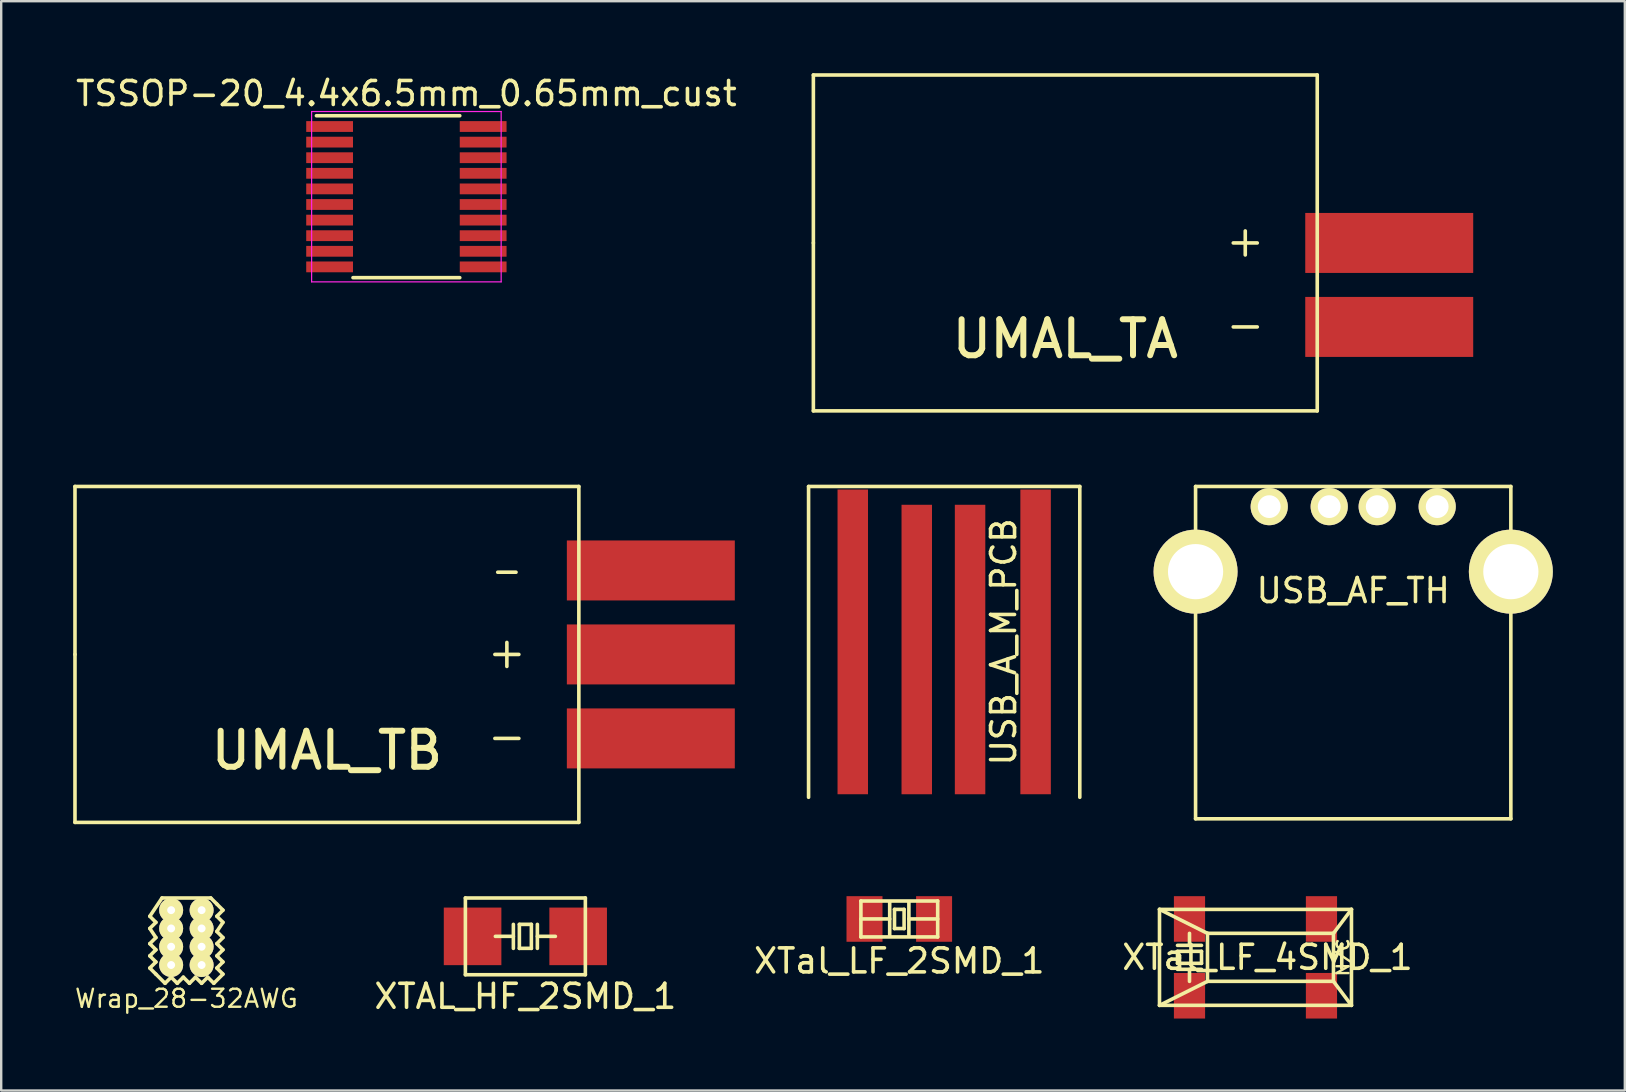
<source format=kicad_pcb>
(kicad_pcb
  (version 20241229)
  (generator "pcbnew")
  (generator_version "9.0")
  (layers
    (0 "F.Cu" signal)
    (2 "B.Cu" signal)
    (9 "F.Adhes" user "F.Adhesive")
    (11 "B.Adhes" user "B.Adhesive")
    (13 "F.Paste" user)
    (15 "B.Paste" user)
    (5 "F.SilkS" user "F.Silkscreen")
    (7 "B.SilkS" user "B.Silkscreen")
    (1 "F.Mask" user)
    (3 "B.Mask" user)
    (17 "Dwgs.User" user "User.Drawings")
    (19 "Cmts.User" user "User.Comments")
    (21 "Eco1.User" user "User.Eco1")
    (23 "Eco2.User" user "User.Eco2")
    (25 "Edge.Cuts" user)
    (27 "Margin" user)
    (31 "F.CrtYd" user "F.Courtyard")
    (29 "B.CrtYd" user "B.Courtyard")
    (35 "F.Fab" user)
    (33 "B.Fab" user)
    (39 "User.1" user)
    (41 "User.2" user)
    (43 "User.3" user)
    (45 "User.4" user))
  (footprint "USB_AF_TH"
    (layer "F.Cu")
    (at 53.348 18.065)
    (property "Reference" "USB_AF_TH" (at 0 3.5 0) (layer "F.SilkS") (effects (font (size 1 1) (thickness 0.15))))
    (attr through_hole)
    (fp_line (start -6.57 -0.84) (end -6.57 13.01) (stroke (width 0.15) (type solid)) (layer "F.SilkS"))
    (fp_line (start -6.57 13.01) (end 6.57 13.01) (stroke (width 0.15) (type solid)) (layer "F.SilkS"))
    (fp_line (start 6.57 -0.84) (end -6.57 -0.84) (stroke (width 0.15) (type solid)) (layer "F.SilkS"))
    (fp_line (start 6.57 13.01) (end 6.57 -0.84) (stroke (width 0.15) (type solid)) (layer "F.SilkS"))
    (pad "1" thru_hole circle (at -3.5 0) (size 1.55 1.55) (drill 0.95) (layers "*.Cu" "*.Mask" "F.SilkS"))
    (pad "2" thru_hole circle (at -1 0) (size 1.55 1.55) (drill 0.95) (layers "*.Cu" "*.Mask" "F.SilkS"))
    (pad "3" thru_hole circle (at 1 0) (size 1.55 1.55) (drill 0.95) (layers "*.Cu" "*.Mask" "F.SilkS"))
    (pad "4" thru_hole circle (at 3.5 0) (size 1.55 1.55) (drill 0.95) (layers "*.Cu" "*.Mask" "F.SilkS"))
    (pad "5" thru_hole circle (at -6.57 2.71) (size 3.5 3.5) (drill 2.3) (layers "*.Cu" "*.Mask" "F.SilkS"))
    (pad "5" thru_hole circle (at 6.57 2.71) (size 3.5 3.5) (drill 2.3) (layers "*.Cu" "*.Mask" "F.SilkS")))
  (footprint "XTal_LF_4SMD_1"
    (layer "F.Cu")
    (at 49.275 36.85)
    (property "Reference" "XTal_LF_4SMD_1" (at 0.5 0 0) (layer "F.SilkS") (effects (font (size 1 1) (thickness 0.15))))
    (attr through_hole)
    (fp_line (start -4 -2) (end -2 -1) (stroke (width 0.15) (type solid)) (layer "F.SilkS"))
    (fp_line (start -4 -2) (end 4 -2) (stroke (width 0.15) (type solid)) (layer "F.SilkS"))
    (fp_line (start -4 2) (end -4 -2) (stroke (width 0.15) (type solid)) (layer "F.SilkS"))
    (fp_line (start -4 2) (end -2 1) (stroke (width 0.15) (type solid)) (layer "F.SilkS"))
    (fp_line (start -3.25 -0.5) (end -2.25 -0.5) (stroke (width 0.15) (type solid)) (layer "F.SilkS"))
    (fp_line (start -3.25 -0.25) (end -3.25 0.25) (stroke (width 0.15) (type solid)) (layer "F.SilkS"))
    (fp_line (start -3.25 0.25) (end -2.25 0.25) (stroke (width 0.15) (type solid)) (layer "F.SilkS"))
    (fp_line (start -3.25 0.5) (end -2.25 0.5) (stroke (width 0.15) (type solid)) (layer "F.SilkS"))
    (fp_line (start -2.75 -0.5) (end -2.75 -1) (stroke (width 0.15) (type solid)) (layer "F.SilkS"))
    (fp_line (start -2.75 0.5) (end -2.75 1) (stroke (width 0.15) (type solid)) (layer "F.SilkS"))
    (fp_line (start -2.25 -0.25) (end -3.25 -0.25) (stroke (width 0.15) (type solid)) (layer "F.SilkS"))
    (fp_line (start -2.25 0.25) (end -2.25 -0.25) (stroke (width 0.15) (type solid)) (layer "F.SilkS"))
    (fp_line (start -2 -1) (end -2 1) (stroke (width 0.15) (type solid)) (layer "F.SilkS"))
    (fp_line (start -2 -1) (end 3.25 -1) (stroke (width 0.15) (type solid)) (layer "F.SilkS"))
    (fp_line (start -2 1) (end 3.25 1) (stroke (width 0.15) (type solid)) (layer "F.SilkS"))
    (fp_line (start 3.25 -1) (end 3.25 1) (stroke (width 0.15) (type solid)) (layer "F.SilkS"))
    (fp_line (start 3.25 -1) (end 4 -2) (stroke (width 0.15) (type solid)) (layer "F.SilkS"))
    (fp_line (start 3.25 1) (end 4 2) (stroke (width 0.15) (type solid)) (layer "F.SilkS"))
    (fp_line (start 4 -2) (end 4 2) (stroke (width 0.15) (type solid)) (layer "F.SilkS"))
    (fp_line (start 4 2) (end -4 2) (stroke (width 0.15) (type solid)) (layer "F.SilkS"))
    (fp_text user "N/C" (at 3.65 0 90) (layer "F.SilkS") (effects (font (size 0.5 0.5) (thickness 0.1))))
    (pad "1" smd rect (at -2.75 1.6) (size 1.3 1.9) (layers "F.Cu" "F.Mask" "F.Paste"))
    (pad "2" smd rect (at -2.75 -1.6) (size 1.3 1.9) (layers "F.Cu" "F.Mask" "F.Paste"))
    (pad "3" smd rect (at 2.75 1.6) (size 1.3 1.9) (layers "F.Cu" "F.Mask" "F.Paste"))
    (pad "4" smd rect (at 2.75 -1.6) (size 1.3 1.9) (layers "F.Cu" "F.Mask" "F.Paste")))
  (footprint "XTal_LF_2SMD_1"
    (layer "F.Cu")
    (at 34.43 35.25)
    (property "Reference" "XTal_LF_2SMD_1" (at 0 1.75 0) (layer "F.SilkS") (effects (font (size 1 1) (thickness 0.15))))
    (attr through_hole)
    (fp_line (start -1.6 -0.75) (end -1.6 0.75) (stroke (width 0.15) (type solid)) (layer "F.SilkS"))
    (fp_line (start -1.6 0.75) (end 1.6 0.75) (stroke (width 0.15) (type solid)) (layer "F.SilkS"))
    (fp_line (start -0.4 -0.7) (end -0.4 0.7) (stroke (width 0.15) (type solid)) (layer "F.SilkS"))
    (fp_line (start -0.4 0) (end -1.6 0) (stroke (width 0.15) (type solid)) (layer "F.SilkS"))
    (fp_line (start -0.2 -0.4) (end 0.2 -0.4) (stroke (width 0.15) (type solid)) (layer "F.SilkS"))
    (fp_line (start -0.2 0.4) (end -0.2 -0.4) (stroke (width 0.15) (type solid)) (layer "F.SilkS"))
    (fp_line (start 0.2 -0.4) (end 0.2 0.4) (stroke (width 0.15) (type solid)) (layer "F.SilkS"))
    (fp_line (start 0.2 0.4) (end -0.2 0.4) (stroke (width 0.15) (type solid)) (layer "F.SilkS"))
    (fp_line (start 0.4 0) (end 1.6 0) (stroke (width 0.15) (type solid)) (layer "F.SilkS"))
    (fp_line (start 0.4 0.7) (end 0.4 -0.7) (stroke (width 0.15) (type solid)) (layer "F.SilkS"))
    (fp_line (start 1.6 -0.75) (end -1.6 -0.75) (stroke (width 0.15) (type solid)) (layer "F.SilkS"))
    (fp_line (start 1.6 0.75) (end 1.6 -0.75) (stroke (width 0.15) (type solid)) (layer "F.SilkS"))
    (pad "1" smd rect (at -1.45 0) (size 1.5 1.9) (layers "F.Cu" "F.Mask" "F.Paste"))
    (pad "2" smd rect (at 1.45 0) (size 1.5 1.9) (layers "F.Cu" "F.Mask" "F.Paste")))
  (footprint "TSSOP-20_4.4x6.5mm_0.65mm_cust"
    (layer "F.Cu")
    (at 13.887 5.148)
    (property "Reference" "TSSOP-20_4.4x6.5mm_0.65mm_cust" (at 0 -4.3 0) (layer "F.SilkS") (effects (font (size 1 1) (thickness 0.15))))
    (attr smd)
    (fp_line (start -3.75 -3.375) (end 2.225 -3.375) (stroke (width 0.15) (type solid)) (layer "F.SilkS"))
    (fp_line (start -2.225 3.375) (end 2.225 3.375) (stroke (width 0.15) (type solid)) (layer "F.SilkS"))
    (fp_line (start -3.95 -3.55) (end -3.95 3.55) (stroke (width 0.05) (type solid)) (layer "F.CrtYd"))
    (fp_line (start -3.95 -3.55) (end 3.95 -3.55) (stroke (width 0.05) (type solid)) (layer "F.CrtYd"))
    (fp_line (start -3.95 3.55) (end 3.95 3.55) (stroke (width 0.05) (type solid)) (layer "F.CrtYd"))
    (fp_line (start 3.95 -3.55) (end 3.95 3.55) (stroke (width 0.05) (type solid)) (layer "F.CrtYd"))
    (pad "1" smd rect (at -3.2 -2.925) (size 1.95 0.45) (layers "F.Cu" "F.Mask" "F.Paste"))
    (pad "2" smd rect (at -3.2 -2.275) (size 1.95 0.45) (layers "F.Cu" "F.Mask" "F.Paste"))
    (pad "3" smd rect (at -3.2 -1.625) (size 1.95 0.45) (layers "F.Cu" "F.Mask" "F.Paste"))
    (pad "4" smd rect (at -3.2 -0.975) (size 1.95 0.45) (layers "F.Cu" "F.Mask" "F.Paste"))
    (pad "5" smd rect (at -3.2 -0.325) (size 1.95 0.45) (layers "F.Cu" "F.Mask" "F.Paste"))
    (pad "6" smd rect (at -3.2 0.325) (size 1.95 0.45) (layers "F.Cu" "F.Mask" "F.Paste"))
    (pad "7" smd rect (at -3.2 0.975) (size 1.95 0.45) (layers "F.Cu" "F.Mask" "F.Paste"))
    (pad "8" smd rect (at -3.2 1.625) (size 1.95 0.45) (layers "F.Cu" "F.Mask" "F.Paste"))
    (pad "9" smd rect (at -3.2 2.275) (size 1.95 0.45) (layers "F.Cu" "F.Mask" "F.Paste"))
    (pad "10" smd rect (at -3.2 2.925) (size 1.95 0.45) (layers "F.Cu" "F.Mask" "F.Paste"))
    (pad "11" smd rect (at 3.2 2.925) (size 1.95 0.45) (layers "F.Cu" "F.Mask" "F.Paste"))
    (pad "12" smd rect (at 3.2 2.275) (size 1.95 0.45) (layers "F.Cu" "F.Mask" "F.Paste"))
    (pad "13" smd rect (at 3.2 1.625) (size 1.95 0.45) (layers "F.Cu" "F.Mask" "F.Paste"))
    (pad "14" smd rect (at 3.2 0.975) (size 1.95 0.45) (layers "F.Cu" "F.Mask" "F.Paste"))
    (pad "15" smd rect (at 3.2 0.325) (size 1.95 0.45) (layers "F.Cu" "F.Mask" "F.Paste"))
    (pad "16" smd rect (at 3.2 -0.325) (size 1.95 0.45) (layers "F.Cu" "F.Mask" "F.Paste"))
    (pad "17" smd rect (at 3.2 -0.975) (size 1.95 0.45) (layers "F.Cu" "F.Mask" "F.Paste"))
    (pad "18" smd rect (at 3.2 -1.625) (size 1.95 0.45) (layers "F.Cu" "F.Mask" "F.Paste"))
    (pad "19" smd rect (at 3.2 -2.275) (size 1.95 0.45) (layers "F.Cu" "F.Mask" "F.Paste"))
    (pad "20" smd rect (at 3.2 -2.925) (size 1.95 0.45) (layers "F.Cu" "F.Mask" "F.Paste")))
  (footprint "USB_A_M_PCB"
    (layer "F.Cu")
    (at 36.301 23.702)
    (property "Reference" "USB_A_M_PCB" (at 2.477 0 90) (layer "F.SilkS") (effects (font (size 1 1) (thickness 0.15))))
    (attr through_hole)
    (fp_line (start -5.652 -6.477) (end -5.652 6.477) (stroke (width 0.15) (type solid)) (layer "F.SilkS"))
    (fp_line (start 5.652 -6.477) (end -5.652 -6.477) (stroke (width 0.15) (type solid)) (layer "F.SilkS"))
    (fp_line (start 5.652 6.477) (end 5.652 -6.477) (stroke (width 0.15) (type solid)) (layer "F.SilkS"))
    (pad "1" smd rect (at -3.81 0) (size 1.27 12.7) (layers "F.Cu" "F.Mask" "F.Paste"))
    (pad "2" smd rect (at -1.143 0.318) (size 1.27 12.065) (layers "F.Cu" "F.Mask" "F.Paste"))
    (pad "3" smd rect (at 1.079 0.318) (size 1.27 12.065) (layers "F.Cu" "F.Mask" "F.Paste"))
    (pad "4" smd rect (at 3.81 0) (size 1.27 12.7) (layers "F.Cu" "F.Mask" "F.Paste")))
  (footprint "UMAL_TA"
    (layer "F.Cu")
    (at 41.349 7.075)
    (property "Reference" "UMAL_TA" (at 0 4 0) (layer "F.SilkS") (effects (font (size 1.5 1.5) (thickness 0.25))))
    (attr through_hole)
    (fp_line (start -10.5 -7) (end 10.5 -7) (stroke (width 0.15) (type solid)) (layer "F.SilkS"))
    (fp_line (start -10.5 0) (end -10.5 -7) (stroke (width 0.15) (type solid)) (layer "F.SilkS"))
    (fp_line (start -10.5 7) (end -10.5 0) (stroke (width 0.15) (type solid)) (layer "F.SilkS"))
    (fp_line (start 7 0) (end 8 0) (stroke (width 0.15) (type solid)) (layer "F.SilkS"))
    (fp_line (start 7 3.5) (end 8 3.5) (stroke (width 0.15) (type solid)) (layer "F.SilkS"))
    (fp_line (start 7.5 -0.5) (end 7.5 0.5) (stroke (width 0.15) (type solid)) (layer "F.SilkS"))
    (fp_line (start 10.5 -7) (end 10.5 7) (stroke (width 0.15) (type solid)) (layer "F.SilkS"))
    (fp_line (start 10.5 7) (end -10.5 7) (stroke (width 0.15) (type solid)) (layer "F.SilkS"))
    (pad "1" smd rect (at 13.5 0) (size 7 2.5) (layers "F.Cu" "F.Mask" "F.Paste"))
    (pad "2" smd rect (at 13.5 3.5) (size 7 2.5) (layers "F.Cu" "F.Mask" "F.Paste")))
  (footprint "Wrap_28-32AWG"
    (layer "F.Cu")
    (at 4.718 36.026)
    (property "Reference" "Wrap_28-32AWG" (at 0 2.54 0) (layer "F.SilkS") (effects (font (size 0.75 0.75) (thickness 0.1))))
    (attr through_hole)
    (fp_line (start -1.524 -0.889) (end -1.016 -1.651) (stroke (width 0.15) (type solid)) (layer "F.SilkS"))
    (fp_line (start -1.524 -0.381) (end -1.27 -0.635) (stroke (width 0.15) (type solid)) (layer "F.SilkS"))
    (fp_line (start -1.524 0.254) (end -1.27 0) (stroke (width 0.15) (type solid)) (layer "F.SilkS"))
    (fp_line (start -1.524 0.762) (end -1.27 0.508) (stroke (width 0.15) (type solid)) (layer "F.SilkS"))
    (fp_line (start -1.524 1.27) (end -1.27 1.016) (stroke (width 0.15) (type solid)) (layer "F.SilkS"))
    (fp_line (start -1.27 -0.635) (end -1.524 -0.889) (stroke (width 0.15) (type solid)) (layer "F.SilkS"))
    (fp_line (start -1.27 0) (end -1.524 -0.381) (stroke (width 0.15) (type solid)) (layer "F.SilkS"))
    (fp_line (start -1.27 0.508) (end -1.524 0.254) (stroke (width 0.15) (type solid)) (layer "F.SilkS"))
    (fp_line (start -1.27 1.016) (end -1.524 0.762) (stroke (width 0.15) (type solid)) (layer "F.SilkS"))
    (fp_line (start -1.27 1.524) (end -1.524 1.27) (stroke (width 0.15) (type solid)) (layer "F.SilkS"))
    (fp_line (start -0.889 1.905) (end -1.27 1.524) (stroke (width 0.15) (type solid)) (layer "F.SilkS"))
    (fp_line (start -0.635 1.651) (end -0.889 1.905) (stroke (width 0.15) (type solid)) (layer "F.SilkS"))
    (fp_line (start -0.381 1.905) (end -0.635 1.651) (stroke (width 0.15) (type solid)) (layer "F.SilkS"))
    (fp_line (start -0.127 1.651) (end -0.381 1.905) (stroke (width 0.15) (type solid)) (layer "F.SilkS"))
    (fp_line (start 0.127 1.905) (end -0.127 1.651) (stroke (width 0.15) (type solid)) (layer "F.SilkS"))
    (fp_line (start 0.381 1.651) (end 0.127 1.905) (stroke (width 0.15) (type solid)) (layer "F.SilkS"))
    (fp_line (start 0.635 1.905) (end 0.381 1.651) (stroke (width 0.15) (type solid)) (layer "F.SilkS"))
    (fp_line (start 0.889 1.651) (end 0.635 1.905) (stroke (width 0.15) (type solid)) (layer "F.SilkS"))
    (fp_line (start 1.016 -1.651) (end -1.016 -1.651) (stroke (width 0.15) (type solid)) (layer "F.SilkS"))
    (fp_line (start 1.016 -1.651) (end 1.27 -1.397) (stroke (width 0.15) (type solid)) (layer "F.SilkS"))
    (fp_line (start 1.143 1.905) (end 0.889 1.651) (stroke (width 0.15) (type solid)) (layer "F.SilkS"))
    (fp_line (start 1.27 -1.397) (end 1.524 -1.143) (stroke (width 0.15) (type solid)) (layer "F.SilkS"))
    (fp_line (start 1.27 -0.889) (end 1.524 -0.635) (stroke (width 0.15) (type solid)) (layer "F.SilkS"))
    (fp_line (start 1.27 -0.254) (end 1.524 0) (stroke (width 0.15) (type solid)) (layer "F.SilkS"))
    (fp_line (start 1.27 0.254) (end 1.524 0.508) (stroke (width 0.15) (type solid)) (layer "F.SilkS"))
    (fp_line (start 1.27 0.762) (end 1.524 1.016) (stroke (width 0.15) (type solid)) (layer "F.SilkS"))
    (fp_line (start 1.27 1.27) (end 1.524 1.524) (stroke (width 0.15) (type solid)) (layer "F.SilkS"))
    (fp_line (start 1.524 -1.143) (end 1.27 -0.889) (stroke (width 0.15) (type solid)) (layer "F.SilkS"))
    (fp_line (start 1.524 -0.635) (end 1.27 -0.254) (stroke (width 0.15) (type solid)) (layer "F.SilkS"))
    (fp_line (start 1.524 0) (end 1.27 0.254) (stroke (width 0.15) (type solid)) (layer "F.SilkS"))
    (fp_line (start 1.524 0.508) (end 1.27 0.762) (stroke (width 0.15) (type solid)) (layer "F.SilkS"))
    (fp_line (start 1.524 1.016) (end 1.27 1.27) (stroke (width 0.15) (type solid)) (layer "F.SilkS"))
    (fp_line (start 1.524 1.524) (end 1.143 1.905) (stroke (width 0.15) (type solid)) (layer "F.SilkS"))
    (pad "1" thru_hole circle (at 0.635 -1.143) (size 1 1) (drill 0.33) (layers "*.Cu" "*.Mask" "F.SilkS"))
    (pad "1" thru_hole circle (at 0.635 -0.381) (size 1 1) (drill 0.33) (layers "*.Cu" "*.Mask" "F.SilkS"))
    (pad "1" thru_hole circle (at 0.635 0.381) (size 1 1) (drill 0.33) (layers "*.Cu" "*.Mask" "F.SilkS"))
    (pad "1" thru_hole circle (at 0.635 1.143) (size 1 1) (drill 0.33) (layers "*.Cu" "*.Mask" "F.SilkS"))
    (pad "2" thru_hole circle (at -0.635 -1.143) (size 1 1) (drill 0.33) (layers "*.Cu" "*.Mask" "F.SilkS"))
    (pad "2" thru_hole circle (at -0.635 -0.381) (size 1 1) (drill 0.33) (layers "*.Cu" "*.Mask" "F.SilkS"))
    (pad "2" thru_hole circle (at -0.635 0.381) (size 1 1) (drill 0.33) (layers "*.Cu" "*.Mask" "F.SilkS"))
    (pad "2" thru_hole circle (at -0.635 1.143) (size 1 1) (drill 0.33) (layers "*.Cu" "*.Mask" "F.SilkS")))
  (footprint "UMAL_TB"
    (layer "F.Cu")
    (at 10.575 24.225)
    (property "Reference" "UMAL_TB" (at 0 4 0) (layer "F.SilkS") (effects (font (size 1.5 1.5) (thickness 0.25))))
    (attr through_hole)
    (fp_line (start -10.5 -7) (end 10.5 -7) (stroke (width 0.15) (type solid)) (layer "F.SilkS"))
    (fp_line (start -10.5 0) (end -10.5 -7) (stroke (width 0.15) (type solid)) (layer "F.SilkS"))
    (fp_line (start -10.5 7) (end -10.5 0) (stroke (width 0.15) (type solid)) (layer "F.SilkS"))
    (fp_line (start 7 0) (end 8 0) (stroke (width 0.15) (type solid)) (layer "F.SilkS"))
    (fp_line (start 7 3.5) (end 8 3.5) (stroke (width 0.15) (type solid)) (layer "F.SilkS"))
    (fp_line (start 7.5 -0.5) (end 7.5 0.5) (stroke (width 0.15) (type solid)) (layer "F.SilkS"))
    (fp_line (start 10.5 -7) (end 10.5 7) (stroke (width 0.15) (type solid)) (layer "F.SilkS"))
    (fp_line (start 10.5 7) (end -10.5 7) (stroke (width 0.15) (type solid)) (layer "F.SilkS"))
    (fp_text user "-" (at 7.5 -3.5 0) (layer "F.SilkS") (effects (font (size 1 1) (thickness 0.15))))
    (pad "1" smd rect (at 13.5 0) (size 7 2.5) (layers "F.Cu" "F.Mask" "F.Paste"))
    (pad "2" smd rect (at 13.5 -3.5) (size 7 2.5) (layers "F.Cu" "F.Mask" "F.Paste"))
    (pad "2" smd rect (at 13.5 3.5) (size 7 2.5) (layers "F.Cu" "F.Mask" "F.Paste")))
  (footprint "XTAL_HF_2SMD_1"
    (layer "F.Cu")
    (at 18.846 35.975)
    (property "Reference" "XTAL_HF_2SMD_1" (at 0 2.5 0) (layer "F.SilkS") (effects (font (size 1 1) (thickness 0.15))))
    (attr through_hole)
    (fp_line (start -2.5 -1.6) (end -2.5 1.6) (stroke (width 0.15) (type solid)) (layer "F.SilkS"))
    (fp_line (start -2.5 1.6) (end 2.5 1.6) (stroke (width 0.15) (type solid)) (layer "F.SilkS"))
    (fp_line (start -0.5 -0.5) (end -0.5 0.5) (stroke (width 0.15) (type solid)) (layer "F.SilkS"))
    (fp_line (start -0.5 0) (end -1.25 0) (stroke (width 0.15) (type solid)) (layer "F.SilkS"))
    (fp_line (start -0.25 -0.5) (end 0.25 -0.5) (stroke (width 0.15) (type solid)) (layer "F.SilkS"))
    (fp_line (start -0.25 0.5) (end -0.25 -0.5) (stroke (width 0.15) (type solid)) (layer "F.SilkS"))
    (fp_line (start 0.25 -0.5) (end 0.25 0.5) (stroke (width 0.15) (type solid)) (layer "F.SilkS"))
    (fp_line (start 0.25 0.5) (end -0.25 0.5) (stroke (width 0.15) (type solid)) (layer "F.SilkS"))
    (fp_line (start 0.5 -0.5) (end 0.5 0.5) (stroke (width 0.15) (type solid)) (layer "F.SilkS"))
    (fp_line (start 0.5 0) (end 1.25 0) (stroke (width 0.15) (type solid)) (layer "F.SilkS"))
    (fp_line (start 2.5 -1.6) (end -2.5 -1.6) (stroke (width 0.15) (type solid)) (layer "F.SilkS"))
    (fp_line (start 2.5 1.6) (end 2.5 -1.6) (stroke (width 0.15) (type solid)) (layer "F.SilkS"))
    (pad "1" smd rect (at -2.2 0) (size 2.4 2.4) (layers "F.Cu" "F.Mask" "F.Paste"))
    (pad "2" smd rect (at 2.2 0) (size 2.4 2.4) (layers "F.Cu" "F.Mask" "F.Paste")))
  (gr_rect
    (start -3 -3)
    (end 64.668 42.4)
    (stroke (width 0.1) (type default))
    (fill no)
    (layer "Edge.Cuts")))
</source>
